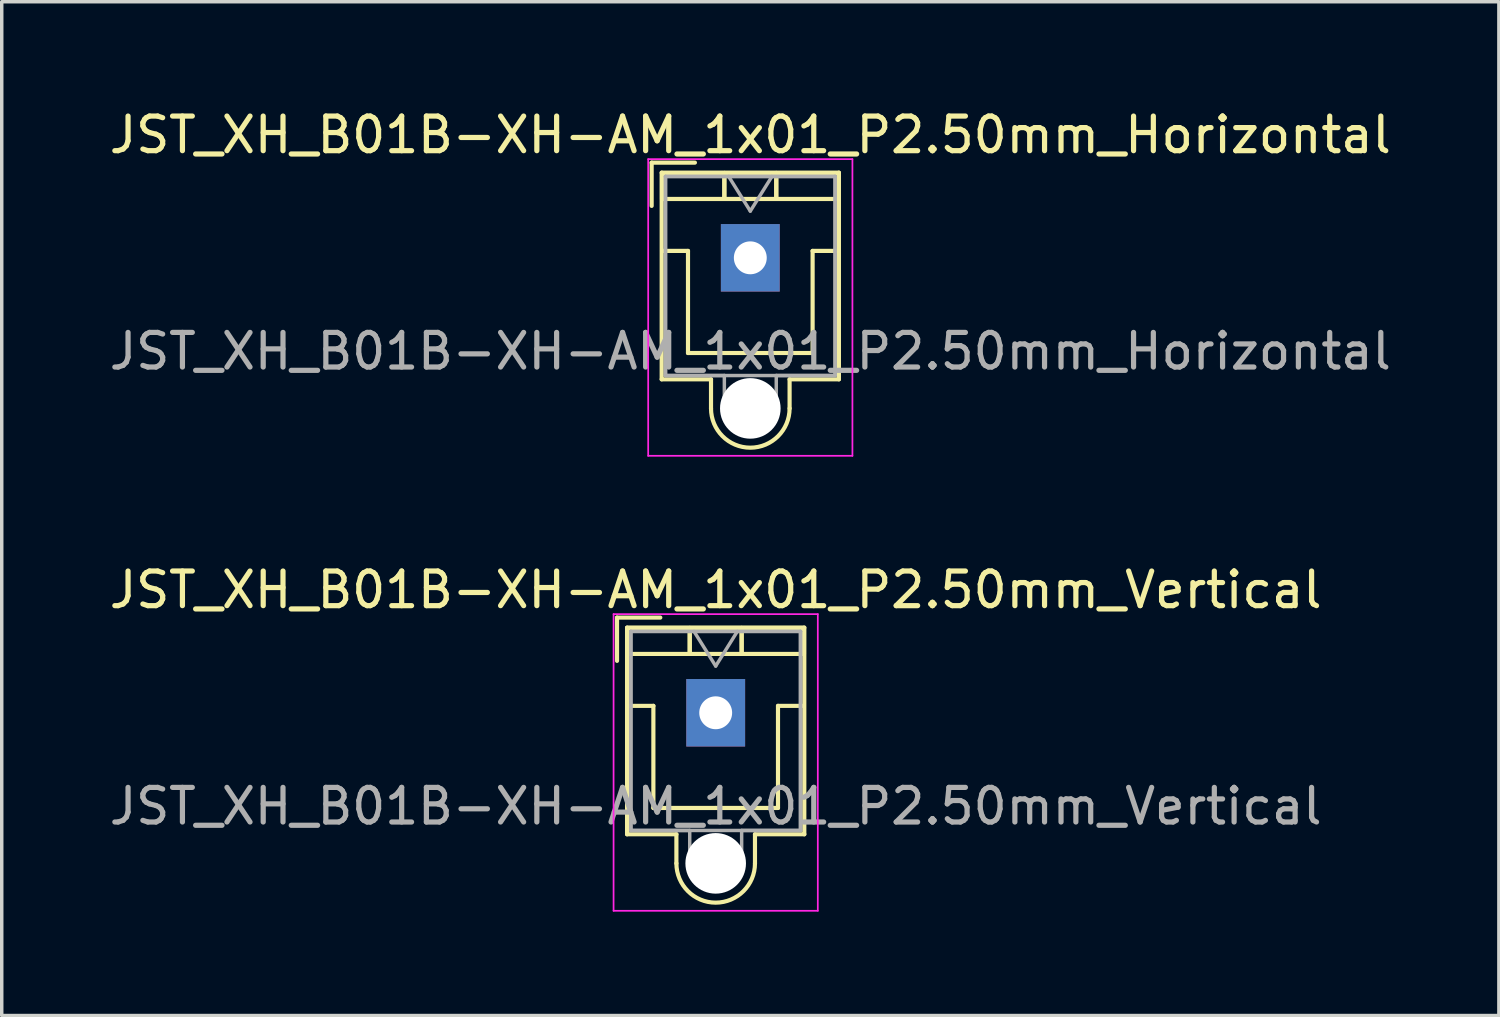
<source format=kicad_pcb>
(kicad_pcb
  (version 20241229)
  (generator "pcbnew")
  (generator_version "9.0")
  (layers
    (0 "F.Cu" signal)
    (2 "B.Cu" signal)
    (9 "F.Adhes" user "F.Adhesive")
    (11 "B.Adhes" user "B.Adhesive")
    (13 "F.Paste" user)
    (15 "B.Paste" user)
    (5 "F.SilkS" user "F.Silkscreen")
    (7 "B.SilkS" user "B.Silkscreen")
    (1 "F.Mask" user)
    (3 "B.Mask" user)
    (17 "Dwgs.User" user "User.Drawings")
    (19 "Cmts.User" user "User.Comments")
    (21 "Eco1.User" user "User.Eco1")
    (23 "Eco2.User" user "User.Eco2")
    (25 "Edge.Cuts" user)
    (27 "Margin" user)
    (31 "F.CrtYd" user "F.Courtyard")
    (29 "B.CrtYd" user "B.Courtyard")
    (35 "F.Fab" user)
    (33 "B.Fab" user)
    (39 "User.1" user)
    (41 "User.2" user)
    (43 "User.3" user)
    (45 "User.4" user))
  (footprint "JST_XH_B01B-XH-AM_1x01_P2.50mm_Horizontal"
    (layer "F.Cu")
    (at 18.625 4.398)
    (property "Reference" "JST_XH_B01B-XH-AM_1x01_P2.50mm_Horizontal" (at 0 -3.55 0) (layer "F.SilkS") (effects (font (size 1 1) (thickness 0.15))))
    (attr through_hole)
    (fp_line (start -2.85 -2.75) (end -2.85 -1.5) (stroke (width 0.12) (type solid)) (layer "F.SilkS"))
    (fp_line (start -2.56 -2.46) (end 2.56 -2.46) (stroke (width 0.12) (type solid)) (layer "F.SilkS"))
    (fp_line (start -2.56 3.51) (end -2.56 -2.46) (stroke (width 0.12) (type solid)) (layer "F.SilkS"))
    (fp_line (start -2.55 -2.45) (end -2.55 -1.7) (stroke (width 0.12) (type solid)) (layer "F.SilkS"))
    (fp_line (start -2.55 -1.7) (end -0.75 -1.7) (stroke (width 0.12) (type solid)) (layer "F.SilkS"))
    (fp_line (start -2.55 -0.2) (end -1.8 -0.2) (stroke (width 0.12) (type solid)) (layer "F.SilkS"))
    (fp_line (start -1.8 -0.2) (end -1.8 2.75) (stroke (width 0.12) (type solid)) (layer "F.SilkS"))
    (fp_line (start -1.8 2.75) (end 0 2.75) (stroke (width 0.12) (type solid)) (layer "F.SilkS"))
    (fp_line (start -1.6 -2.75) (end -2.85 -2.75) (stroke (width 0.12) (type solid)) (layer "F.SilkS"))
    (fp_line (start -1.135 3.51) (end -2.56 3.51) (stroke (width 0.12) (type solid)) (layer "F.SilkS"))
    (fp_line (start -1.135 4.35) (end -1.135 3.51) (stroke (width 0.12) (type solid)) (layer "F.SilkS"))
    (fp_line (start -0.75 -2.45) (end -2.55 -2.45) (stroke (width 0.12) (type solid)) (layer "F.SilkS"))
    (fp_line (start -0.75 -2.45) (end 0.75 -2.45) (stroke (width 0.12) (type solid)) (layer "F.SilkS"))
    (fp_line (start -0.75 -1.7) (end -0.75 -2.45) (stroke (width 0.12) (type solid)) (layer "F.SilkS"))
    (fp_line (start -0.75 -1.7) (end -0.75 -2.45) (stroke (width 0.12) (type solid)) (layer "F.SilkS"))
    (fp_line (start 0.75 -2.45) (end 0.75 -1.7) (stroke (width 0.12) (type solid)) (layer "F.SilkS"))
    (fp_line (start 0.75 -2.45) (end 0.75 -1.7) (stroke (width 0.12) (type solid)) (layer "F.SilkS"))
    (fp_line (start 0.75 -1.7) (end -0.75 -1.7) (stroke (width 0.12) (type solid)) (layer "F.SilkS"))
    (fp_line (start 0.75 -1.7) (end 2.55 -1.7) (stroke (width 0.12) (type solid)) (layer "F.SilkS"))
    (fp_line (start 1.135 3.51) (end 1.135 4.35) (stroke (width 0.12) (type solid)) (layer "F.SilkS"))
    (fp_line (start 1.8 -0.2) (end 1.8 2.75) (stroke (width 0.12) (type solid)) (layer "F.SilkS"))
    (fp_line (start 1.8 2.75) (end 0 2.75) (stroke (width 0.12) (type solid)) (layer "F.SilkS"))
    (fp_line (start 2.55 -2.45) (end 0.75 -2.45) (stroke (width 0.12) (type solid)) (layer "F.SilkS"))
    (fp_line (start 2.55 -1.7) (end 2.55 -2.45) (stroke (width 0.12) (type solid)) (layer "F.SilkS"))
    (fp_line (start 2.55 -0.2) (end 1.8 -0.2) (stroke (width 0.12) (type solid)) (layer "F.SilkS"))
    (fp_line (start 2.56 -2.46) (end 2.56 3.51) (stroke (width 0.12) (type solid)) (layer "F.SilkS"))
    (fp_line (start 2.56 3.51) (end 1.135 3.51) (stroke (width 0.12) (type solid)) (layer "F.SilkS"))
    (fp_arc (start 1.135 4.35) (mid 0 5.485) (end -1.135 4.35) (stroke (width 0.12) (type solid)) (layer "F.SilkS"))
    (fp_line (start -2.95 -2.85) (end -2.95 5.72) (stroke (width 0.05) (type solid)) (layer "F.CrtYd"))
    (fp_line (start -2.95 5.72) (end 2.95 5.72) (stroke (width 0.05) (type solid)) (layer "F.CrtYd"))
    (fp_line (start 2.95 -2.85) (end -2.95 -2.85) (stroke (width 0.05) (type solid)) (layer "F.CrtYd"))
    (fp_line (start 2.95 5.72) (end 2.95 -2.85) (stroke (width 0.05) (type solid)) (layer "F.CrtYd"))
    (fp_line (start -2.45 -2.35) (end -2.45 3.4) (stroke (width 0.1) (type solid)) (layer "F.Fab"))
    (fp_line (start -2.45 -2.35) (end 2.45 -2.35) (stroke (width 0.1) (type solid)) (layer "F.Fab"))
    (fp_line (start -2.45 3.4) (end -2.45 -2.35) (stroke (width 0.1) (type solid)) (layer "F.Fab"))
    (fp_line (start -2.45 3.4) (end 2.45 3.4) (stroke (width 0.1) (type solid)) (layer "F.Fab"))
    (fp_line (start -0.75 3.4) (end -2.45 3.4) (stroke (width 0.1) (type solid)) (layer "F.Fab"))
    (fp_line (start -0.75 4.35) (end -0.75 3.4) (stroke (width 0.1) (type solid)) (layer "F.Fab"))
    (fp_line (start -0.625 -2.35) (end 0 -1.35) (stroke (width 0.1) (type solid)) (layer "F.Fab"))
    (fp_line (start 0 -1.35) (end 0.625 -2.35) (stroke (width 0.1) (type solid)) (layer "F.Fab"))
    (fp_line (start 0.75 3.4) (end 0.75 4.35) (stroke (width 0.1) (type solid)) (layer "F.Fab"))
    (fp_line (start 2.45 -2.35) (end -2.45 -2.35) (stroke (width 0.1) (type solid)) (layer "F.Fab"))
    (fp_line (start 2.45 -2.35) (end 2.45 3.4) (stroke (width 0.1) (type solid)) (layer "F.Fab"))
    (fp_line (start 2.45 3.4) (end 0.75 3.4) (stroke (width 0.1) (type solid)) (layer "F.Fab"))
    (fp_line (start 2.45 3.4) (end 2.45 -2.35) (stroke (width 0.1) (type solid)) (layer "F.Fab"))
    (fp_arc (start 0.75 4.35) (mid 0 5.1) (end -0.75 4.35) (stroke (width 0.1) (type solid)) (layer "F.Fab"))
    (fp_text user "${REFERENCE}" (at 0 2.7 0) (layer "F.Fab") (effects (font (size 1 1) (thickness 0.15))))
    (pad "" np_thru_hole circle (at 0 4.35) (size 1.75 1.75) (drill 1.75) (layers "*.Cu" "*.Mask"))
    (pad "1" thru_hole rect (at 0 0) (size 1.7 1.95) (drill 0.95) (layers "*.Cu" "*.Mask")))
  (footprint "JST_XH_B01B-XH-AM_1x01_P2.50mm_Vertical"
    (layer "F.Cu")
    (at 17.625 17.541)
    (property "Reference" "JST_XH_B01B-XH-AM_1x01_P2.50mm_Vertical" (at 0 -3.55 0) (layer "F.SilkS") (effects (font (size 1 1) (thickness 0.15))))
    (attr through_hole)
    (fp_line (start -2.85 -2.75) (end -2.85 -1.5) (stroke (width 0.12) (type solid)) (layer "F.SilkS"))
    (fp_line (start -2.56 -2.46) (end 2.56 -2.46) (stroke (width 0.12) (type solid)) (layer "F.SilkS"))
    (fp_line (start -2.56 3.51) (end -2.56 -2.46) (stroke (width 0.12) (type solid)) (layer "F.SilkS"))
    (fp_line (start -2.55 -2.45) (end -2.55 -1.7) (stroke (width 0.12) (type solid)) (layer "F.SilkS"))
    (fp_line (start -2.55 -1.7) (end -0.75 -1.7) (stroke (width 0.12) (type solid)) (layer "F.SilkS"))
    (fp_line (start -2.55 -0.2) (end -1.8 -0.2) (stroke (width 0.12) (type solid)) (layer "F.SilkS"))
    (fp_line (start -1.8 -0.2) (end -1.8 2.75) (stroke (width 0.12) (type solid)) (layer "F.SilkS"))
    (fp_line (start -1.8 2.75) (end 0 2.75) (stroke (width 0.12) (type solid)) (layer "F.SilkS"))
    (fp_line (start -1.6 -2.75) (end -2.85 -2.75) (stroke (width 0.12) (type solid)) (layer "F.SilkS"))
    (fp_line (start -1.135 3.51) (end -2.56 3.51) (stroke (width 0.12) (type solid)) (layer "F.SilkS"))
    (fp_line (start -1.135 4.35) (end -1.135 3.51) (stroke (width 0.12) (type solid)) (layer "F.SilkS"))
    (fp_line (start -0.75 -2.45) (end -2.55 -2.45) (stroke (width 0.12) (type solid)) (layer "F.SilkS"))
    (fp_line (start -0.75 -2.45) (end 0.75 -2.45) (stroke (width 0.12) (type solid)) (layer "F.SilkS"))
    (fp_line (start -0.75 -1.7) (end -0.75 -2.45) (stroke (width 0.12) (type solid)) (layer "F.SilkS"))
    (fp_line (start -0.75 -1.7) (end -0.75 -2.45) (stroke (width 0.12) (type solid)) (layer "F.SilkS"))
    (fp_line (start 0.75 -2.45) (end 0.75 -1.7) (stroke (width 0.12) (type solid)) (layer "F.SilkS"))
    (fp_line (start 0.75 -2.45) (end 0.75 -1.7) (stroke (width 0.12) (type solid)) (layer "F.SilkS"))
    (fp_line (start 0.75 -1.7) (end -0.75 -1.7) (stroke (width 0.12) (type solid)) (layer "F.SilkS"))
    (fp_line (start 0.75 -1.7) (end 2.55 -1.7) (stroke (width 0.12) (type solid)) (layer "F.SilkS"))
    (fp_line (start 1.135 3.51) (end 1.135 4.35) (stroke (width 0.12) (type solid)) (layer "F.SilkS"))
    (fp_line (start 1.8 -0.2) (end 1.8 2.75) (stroke (width 0.12) (type solid)) (layer "F.SilkS"))
    (fp_line (start 1.8 2.75) (end 0 2.75) (stroke (width 0.12) (type solid)) (layer "F.SilkS"))
    (fp_line (start 2.55 -2.45) (end 0.75 -2.45) (stroke (width 0.12) (type solid)) (layer "F.SilkS"))
    (fp_line (start 2.55 -1.7) (end 2.55 -2.45) (stroke (width 0.12) (type solid)) (layer "F.SilkS"))
    (fp_line (start 2.55 -0.2) (end 1.8 -0.2) (stroke (width 0.12) (type solid)) (layer "F.SilkS"))
    (fp_line (start 2.56 -2.46) (end 2.56 3.51) (stroke (width 0.12) (type solid)) (layer "F.SilkS"))
    (fp_line (start 2.56 3.51) (end 1.135 3.51) (stroke (width 0.12) (type solid)) (layer "F.SilkS"))
    (fp_arc (start 1.135 4.35) (mid 0 5.485) (end -1.135 4.35) (stroke (width 0.12) (type solid)) (layer "F.SilkS"))
    (fp_line (start -2.95 -2.85) (end -2.95 5.72) (stroke (width 0.05) (type solid)) (layer "F.CrtYd"))
    (fp_line (start -2.95 5.72) (end 2.95 5.72) (stroke (width 0.05) (type solid)) (layer "F.CrtYd"))
    (fp_line (start 2.95 -2.85) (end -2.95 -2.85) (stroke (width 0.05) (type solid)) (layer "F.CrtYd"))
    (fp_line (start 2.95 5.72) (end 2.95 -2.85) (stroke (width 0.05) (type solid)) (layer "F.CrtYd"))
    (fp_line (start -2.45 -2.35) (end -2.45 3.4) (stroke (width 0.1) (type solid)) (layer "F.Fab"))
    (fp_line (start -2.45 -2.35) (end 2.45 -2.35) (stroke (width 0.1) (type solid)) (layer "F.Fab"))
    (fp_line (start -2.45 3.4) (end -2.45 -2.35) (stroke (width 0.1) (type solid)) (layer "F.Fab"))
    (fp_line (start -2.45 3.4) (end 2.45 3.4) (stroke (width 0.1) (type solid)) (layer "F.Fab"))
    (fp_line (start -0.75 3.4) (end -2.45 3.4) (stroke (width 0.1) (type solid)) (layer "F.Fab"))
    (fp_line (start -0.75 4.35) (end -0.75 3.4) (stroke (width 0.1) (type solid)) (layer "F.Fab"))
    (fp_line (start -0.625 -2.35) (end 0 -1.35) (stroke (width 0.1) (type solid)) (layer "F.Fab"))
    (fp_line (start 0 -1.35) (end 0.625 -2.35) (stroke (width 0.1) (type solid)) (layer "F.Fab"))
    (fp_line (start 0.75 3.4) (end 0.75 4.35) (stroke (width 0.1) (type solid)) (layer "F.Fab"))
    (fp_line (start 2.45 -2.35) (end -2.45 -2.35) (stroke (width 0.1) (type solid)) (layer "F.Fab"))
    (fp_line (start 2.45 -2.35) (end 2.45 3.4) (stroke (width 0.1) (type solid)) (layer "F.Fab"))
    (fp_line (start 2.45 3.4) (end 0.75 3.4) (stroke (width 0.1) (type solid)) (layer "F.Fab"))
    (fp_line (start 2.45 3.4) (end 2.45 -2.35) (stroke (width 0.1) (type solid)) (layer "F.Fab"))
    (fp_arc (start 0.75 4.35) (mid 0 5.1) (end -0.75 4.35) (stroke (width 0.1) (type solid)) (layer "F.Fab"))
    (fp_text user "${REFERENCE}" (at 0 2.7 0) (layer "F.Fab") (effects (font (size 1 1) (thickness 0.15))))
    (pad "" np_thru_hole circle (at 0 4.35) (size 1.75 1.75) (drill 1.75) (layers "*.Cu" "*.Mask"))
    (pad "1" thru_hole rect (at 0 0) (size 1.7 1.95) (drill 0.95) (layers "*.Cu" "*.Mask")))
  (gr_rect
    (start -3 -3)
    (end 40.25 26.287)
    (stroke (width 0.1) (type default))
    (fill no)
    (layer "Edge.Cuts")))
</source>
